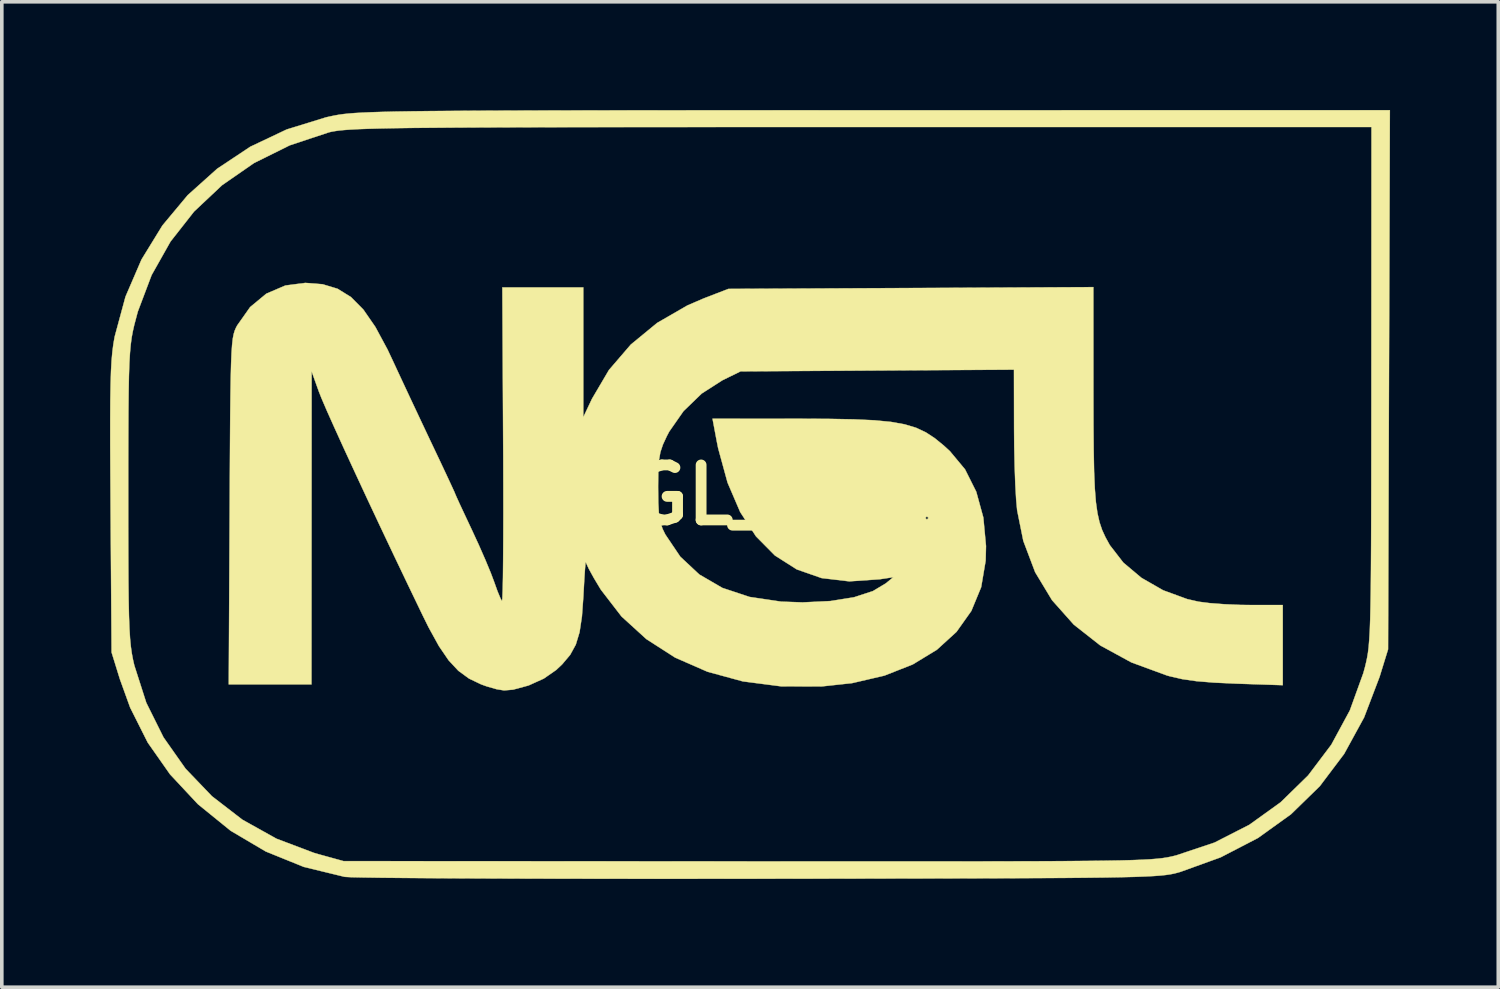
<source format=kicad_pcb>
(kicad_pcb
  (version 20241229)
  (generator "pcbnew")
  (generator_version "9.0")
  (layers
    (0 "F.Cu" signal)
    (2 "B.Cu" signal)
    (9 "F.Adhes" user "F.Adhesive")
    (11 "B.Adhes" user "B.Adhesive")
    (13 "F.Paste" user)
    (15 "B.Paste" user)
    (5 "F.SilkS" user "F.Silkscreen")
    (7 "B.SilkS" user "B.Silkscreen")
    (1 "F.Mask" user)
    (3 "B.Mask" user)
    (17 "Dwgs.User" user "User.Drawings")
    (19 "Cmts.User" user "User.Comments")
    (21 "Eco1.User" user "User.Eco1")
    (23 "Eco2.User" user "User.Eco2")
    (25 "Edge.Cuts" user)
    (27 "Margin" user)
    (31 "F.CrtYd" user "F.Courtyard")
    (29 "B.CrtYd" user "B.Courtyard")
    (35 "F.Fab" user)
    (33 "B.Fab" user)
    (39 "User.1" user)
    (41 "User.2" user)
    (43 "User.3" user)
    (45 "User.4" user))
  (footprint "NGL_neg"
    (layer "F.Cu")
    (at 17.691 10.673)
    (property "Reference" "NGL_neg" (at 0 0 0) (layer "F.SilkS") (effects (font (size 1.524 1.524) (thickness 0.3))))
    (attr through_hole)
    (fp_poly (pts (xy 17.761 -3.196) (xy 17.736 4.276) (xy 17.501 5.038) (xy 17.072 6.163) (xy 16.519 7.174) (xy 15.843 8.07) (xy 15.045 8.848) (xy 14.129 9.506) (xy 13.095 10.042) (xy 11.98 10.445) (xy 11.892 10.47) (xy 11.802 10.493) (xy 11.7 10.513) (xy 11.577 10.531) (xy 11.425 10.547) (xy 11.235 10.561) (xy 10.996 10.573) (xy 10.702 10.584) (xy 10.341 10.593) (xy 9.907 10.601) (xy 9.388 10.607) (xy 8.777 10.613) (xy 8.065 10.617) (xy 7.242 10.621) (xy 6.299 10.624) (xy 5.228 10.627) (xy 4.019 10.629) (xy 2.663 10.632) (xy 1.152 10.634) (xy 0.296 10.635) (xy -1.068 10.636) (xy -2.389 10.637) (xy -3.659 10.636) (xy -4.865 10.634) (xy -5.997 10.632) (xy -7.047 10.628) (xy -8.001 10.624) (xy -8.852 10.619) (xy -9.587 10.613) (xy -10.198 10.607) (xy -10.672 10.6) (xy -11.001 10.593) (xy -11.173 10.584) (xy -11.19 10.582) (xy -12.321 10.307) (xy -13.374 9.88) (xy -14.348 9.305) (xy -15.241 8.58) (xy -15.259 8.564) (xy -16.027 7.742) (xy -16.646 6.86) (xy -17.133 5.891) (xy -17.417 5.105) (xy -17.648 4.36) (xy -17.676 0.349) (xy -17.678 0) (xy -17.186 0) (xy -17.186 0.941) (xy -17.184 1.729) (xy -17.181 2.381) (xy -17.175 2.915) (xy -17.166 3.346) (xy -17.153 3.693) (xy -17.136 3.971) (xy -17.114 4.198) (xy -17.087 4.39) (xy -17.054 4.564) (xy -17.019 4.718) (xy -16.686 5.757) (xy -16.209 6.716) (xy -15.599 7.583) (xy -14.866 8.348) (xy -14.022 8.999) (xy -13.077 9.526) (xy -12.04 9.918) (xy -11.896 9.96) (xy -11.218 10.147) (xy -0.014 10.154) (xy 1.591 10.155) (xy 3.035 10.155) (xy 4.328 10.155) (xy 5.479 10.155) (xy 6.497 10.154) (xy 7.39 10.152) (xy 8.168 10.15) (xy 8.84 10.146) (xy 9.415 10.141) (xy 9.902 10.135) (xy 10.31 10.128) (xy 10.648 10.119) (xy 10.925 10.108) (xy 11.149 10.096) (xy 11.331 10.081) (xy 11.479 10.065) (xy 11.602 10.046) (xy 11.709 10.025) (xy 11.809 10.002) (xy 11.874 9.985) (xy 12.925 9.633) (xy 13.89 9.14) (xy 14.758 8.516) (xy 15.519 7.773) (xy 16.162 6.921) (xy 16.676 5.971) (xy 17.051 4.934) (xy 17.097 4.765) (xy 17.127 4.64) (xy 17.154 4.514) (xy 17.178 4.375) (xy 17.198 4.211) (xy 17.214 4.011) (xy 17.229 3.762) (xy 17.24 3.455) (xy 17.249 3.075) (xy 17.257 2.613) (xy 17.262 2.056) (xy 17.266 1.393) (xy 17.269 0.611) (xy 17.271 -0.3) (xy 17.272 -1.353) (xy 17.273 -2.559) (xy 17.273 -3.058) (xy 17.276 -10.202) (xy 3.113 -10.202) (xy 1.292 -10.202) (xy -0.367 -10.202) (xy -1.873 -10.201) (xy -3.233 -10.2) (xy -4.455 -10.199) (xy -5.547 -10.197) (xy -6.517 -10.194) (xy -7.372 -10.191) (xy -8.121 -10.187) (xy -8.77 -10.182) (xy -9.329 -10.177) (xy -9.805 -10.17) (xy -10.206 -10.162) (xy -10.539 -10.153) (xy -10.812 -10.143) (xy -11.034 -10.131) (xy -11.211 -10.118) (xy -11.353 -10.104) (xy -11.467 -10.087) (xy -11.56 -10.07) (xy -11.627 -10.054) (xy -12.709 -9.695) (xy -13.699 -9.204) (xy -14.585 -8.59) (xy -15.36 -7.861) (xy -16.014 -7.028) (xy -16.538 -6.099) (xy -16.922 -5.083) (xy -17.019 -4.718) (xy -17.058 -4.545) (xy -17.091 -4.37) (xy -17.117 -4.174) (xy -17.138 -3.943) (xy -17.155 -3.658) (xy -17.167 -3.303) (xy -17.175 -2.861) (xy -17.181 -2.315) (xy -17.184 -1.648) (xy -17.186 -0.844) (xy -17.186 0) (xy -17.678 0) (xy -17.682 -0.606) (xy -17.686 -1.409) (xy -17.686 -2.076) (xy -17.683 -2.624) (xy -17.675 -3.071) (xy -17.664 -3.433) (xy -17.648 -3.727) (xy -17.626 -3.971) (xy -17.599 -4.18) (xy -17.566 -4.371) (xy -17.562 -4.392) (xy -17.262 -5.5) (xy -16.818 -6.53) (xy -16.24 -7.471) (xy -15.538 -8.313) (xy -14.723 -9.044) (xy -13.805 -9.655) (xy -12.794 -10.134) (xy -11.702 -10.471) (xy -11.557 -10.503) (xy -11.455 -10.524) (xy -11.347 -10.543) (xy -11.226 -10.56) (xy -11.084 -10.575) (xy -10.911 -10.589) (xy -10.702 -10.601) (xy -10.447 -10.612) (xy -10.139 -10.622) (xy -9.77 -10.631) (xy -9.331 -10.638) (xy -8.816 -10.644) (xy -8.215 -10.649) (xy -7.522 -10.654) (xy -6.728 -10.657) (xy -5.825 -10.66) (xy -4.805 -10.662) (xy -3.661 -10.664) (xy -2.384 -10.665) (xy -0.966 -10.666) (xy 0.6 -10.666) (xy 2.322 -10.667) (xy 3.496 -10.667) (xy 17.786 -10.668) (xy 17.761 -3.196)) (stroke (width 0.01) (type solid)) (fill yes) (layer "F.SilkS"))
    (fp_poly (pts (xy -11.8 -5.844) (xy -11.385 -5.719) (xy -11.013 -5.489) (xy -10.669 -5.142) (xy -10.337 -4.662) (xy -9.999 -4.035) (xy -9.868 -3.757) (xy -9.644 -3.275) (xy -9.376 -2.702) (xy -9.093 -2.101) (xy -8.825 -1.533) (xy -8.746 -1.367) (xy -8.543 -0.939) (xy -8.368 -0.567) (xy -8.233 -0.277) (xy -8.149 -0.095) (xy -8.128 -0.044) (xy -8.094 0.036) (xy -8.001 0.241) (xy -7.862 0.538) (xy -7.692 0.9) (xy -7.667 0.953) (xy -7.471 1.377) (xy -7.287 1.796) (xy -7.136 2.16) (xy -7.044 2.404) (xy -6.949 2.67) (xy -6.867 2.866) (xy -6.826 2.938) (xy -6.816 2.868) (xy -6.807 2.643) (xy -6.799 2.28) (xy -6.794 1.794) (xy -6.79 1.201) (xy -6.788 0.516) (xy -6.789 -0.246) (xy -6.791 -1.068) (xy -6.793 -1.381) (xy -6.816 -5.757) (xy -5.694 -5.757) (xy -4.572 -5.757) (xy -4.572 -3.958) (xy -4.572 -2.159) (xy -4.33 -2.67) (xy -3.861 -3.467) (xy -3.255 -4.172) (xy -2.525 -4.772) (xy -1.683 -5.258) (xy -1.237 -5.45) (xy -0.55 -5.715) (xy 4.508 -5.739) (xy 9.567 -5.764) (xy 9.568 -2.818) (xy 9.57 -1.954) (xy 9.576 -1.239) (xy 9.587 -0.656) (xy 9.607 -0.184) (xy 9.637 0.195) (xy 9.68 0.5) (xy 9.737 0.752) (xy 9.81 0.969) (xy 9.902 1.169) (xy 10.015 1.374) (xy 10.025 1.391) (xy 10.397 1.872) (xy 10.9 2.295) (xy 11.502 2.64) (xy 12.169 2.884) (xy 12.485 2.956) (xy 12.789 2.995) (xy 13.198 3.026) (xy 13.647 3.045) (xy 13.901 3.048) (xy 14.817 3.048) (xy 14.817 4.159) (xy 14.817 5.27) (xy 13.525 5.227) (xy 12.912 5.199) (xy 12.427 5.159) (xy 12.031 5.102) (xy 11.683 5.022) (xy 11.607 5.001) (xy 10.621 4.639) (xy 9.758 4.168) (xy 9.024 3.591) (xy 8.421 2.913) (xy 7.953 2.138) (xy 7.625 1.27) (xy 7.454 0.423) (xy 7.427 0.131) (xy 7.403 -0.29) (xy 7.385 -0.798) (xy 7.373 -1.353) (xy 7.369 -1.844) (xy 7.366 -3.476) (xy 3.577 -3.453) (xy -0.212 -3.429) (xy -0.72 -3.18) (xy -1.289 -2.815) (xy -1.794 -2.327) (xy -2.191 -1.759) (xy -2.258 -1.631) (xy -2.366 -1.397) (xy -2.435 -1.191) (xy -2.475 -0.963) (xy -2.493 -0.666) (xy -2.498 -0.253) (xy -2.498 -0.212) (xy -2.493 0.22) (xy -2.476 0.526) (xy -2.438 0.751) (xy -2.374 0.938) (xy -2.299 1.092) (xy -1.883 1.709) (xy -1.356 2.202) (xy -0.716 2.574) (xy 0.038 2.824) (xy 0.911 2.954) (xy 1.506 2.975) (xy 2.277 2.938) (xy 2.932 2.833) (xy 3.456 2.662) (xy 3.81 2.45) (xy 4.022 2.277) (xy 3.646 2.334) (xy 2.802 2.392) (xy 2.034 2.301) (xy 1.346 2.061) (xy 0.739 1.675) (xy 0.215 1.145) (xy -0.116 0.635) (xy 4.911 0.635) (xy 4.953 0.677) (xy 4.995 0.635) (xy 4.953 0.593) (xy 4.911 0.635) (xy -0.116 0.635) (xy -0.223 0.471) (xy -0.573 -0.344) (xy -0.834 -1.298) (xy -0.875 -1.503) (xy -0.99 -2.117) (xy 1.389 -2.116) (xy 2.233 -2.112) (xy 2.928 -2.099) (xy 3.497 -2.073) (xy 3.959 -2.028) (xy 4.337 -1.96) (xy 4.651 -1.866) (xy 4.922 -1.739) (xy 5.171 -1.576) (xy 5.421 -1.372) (xy 5.59 -1.217) (xy 6.01 -0.712) (xy 6.321 -0.091) (xy 6.517 0.624) (xy 6.591 1.414) (xy 6.581 1.82) (xy 6.457 2.552) (xy 6.185 3.211) (xy 5.773 3.792) (xy 5.229 4.288) (xy 4.56 4.695) (xy 3.774 5.005) (xy 2.879 5.213) (xy 2.032 5.305) (xy 0.91 5.302) (xy -0.148 5.165) (xy -1.131 4.897) (xy -2.027 4.505) (xy -2.825 3.992) (xy -3.513 3.365) (xy -4.08 2.629) (xy -4.106 2.588) (xy -4.282 2.294) (xy -4.419 2.045) (xy -4.494 1.883) (xy -4.502 1.856) (xy -4.511 1.888) (xy -4.526 2.062) (xy -4.545 2.351) (xy -4.566 2.727) (xy -4.569 2.794) (xy -4.61 3.364) (xy -4.676 3.803) (xy -4.78 4.145) (xy -4.936 4.429) (xy -5.157 4.691) (xy -5.323 4.848) (xy -5.667 5.087) (xy -6.09 5.278) (xy -6.519 5.394) (xy -6.768 5.415) (xy -6.973 5.382) (xy -7.252 5.302) (xy -7.402 5.248) (xy -7.741 5.086) (xy -8.035 4.871) (xy -8.306 4.58) (xy -8.574 4.187) (xy -8.86 3.668) (xy -9.02 3.344) (xy -9.422 2.509) (xy -9.82 1.676) (xy -10.206 0.861) (xy -10.572 0.082) (xy -10.91 -0.645) (xy -11.213 -1.302) (xy -11.472 -1.872) (xy -11.681 -2.339) (xy -11.83 -2.686) (xy -11.906 -2.879) (xy -12.103 -3.429) (xy -12.105 0.91) (xy -12.107 5.249) (xy -14.4 5.249) (xy -14.375 0.445) (xy -14.37 -0.579) (xy -14.365 -1.446) (xy -14.36 -2.172) (xy -14.353 -2.771) (xy -14.345 -3.255) (xy -14.335 -3.64) (xy -14.323 -3.939) (xy -14.307 -4.167) (xy -14.288 -4.336) (xy -14.264 -4.461) (xy -14.236 -4.555) (xy -14.202 -4.634) (xy -14.168 -4.699) (xy -13.807 -5.211) (xy -13.358 -5.583) (xy -12.83 -5.809) (xy -12.277 -5.881) (xy -11.8 -5.844)) (stroke (width 0.01) (type solid)) (fill yes) (layer "F.SilkS")))
  (gr_rect
    (start -3 -3)
    (end 38.482 24.315)
    (stroke (width 0.1) (type default))
    (fill no)
    (layer "Edge.Cuts")))
</source>
